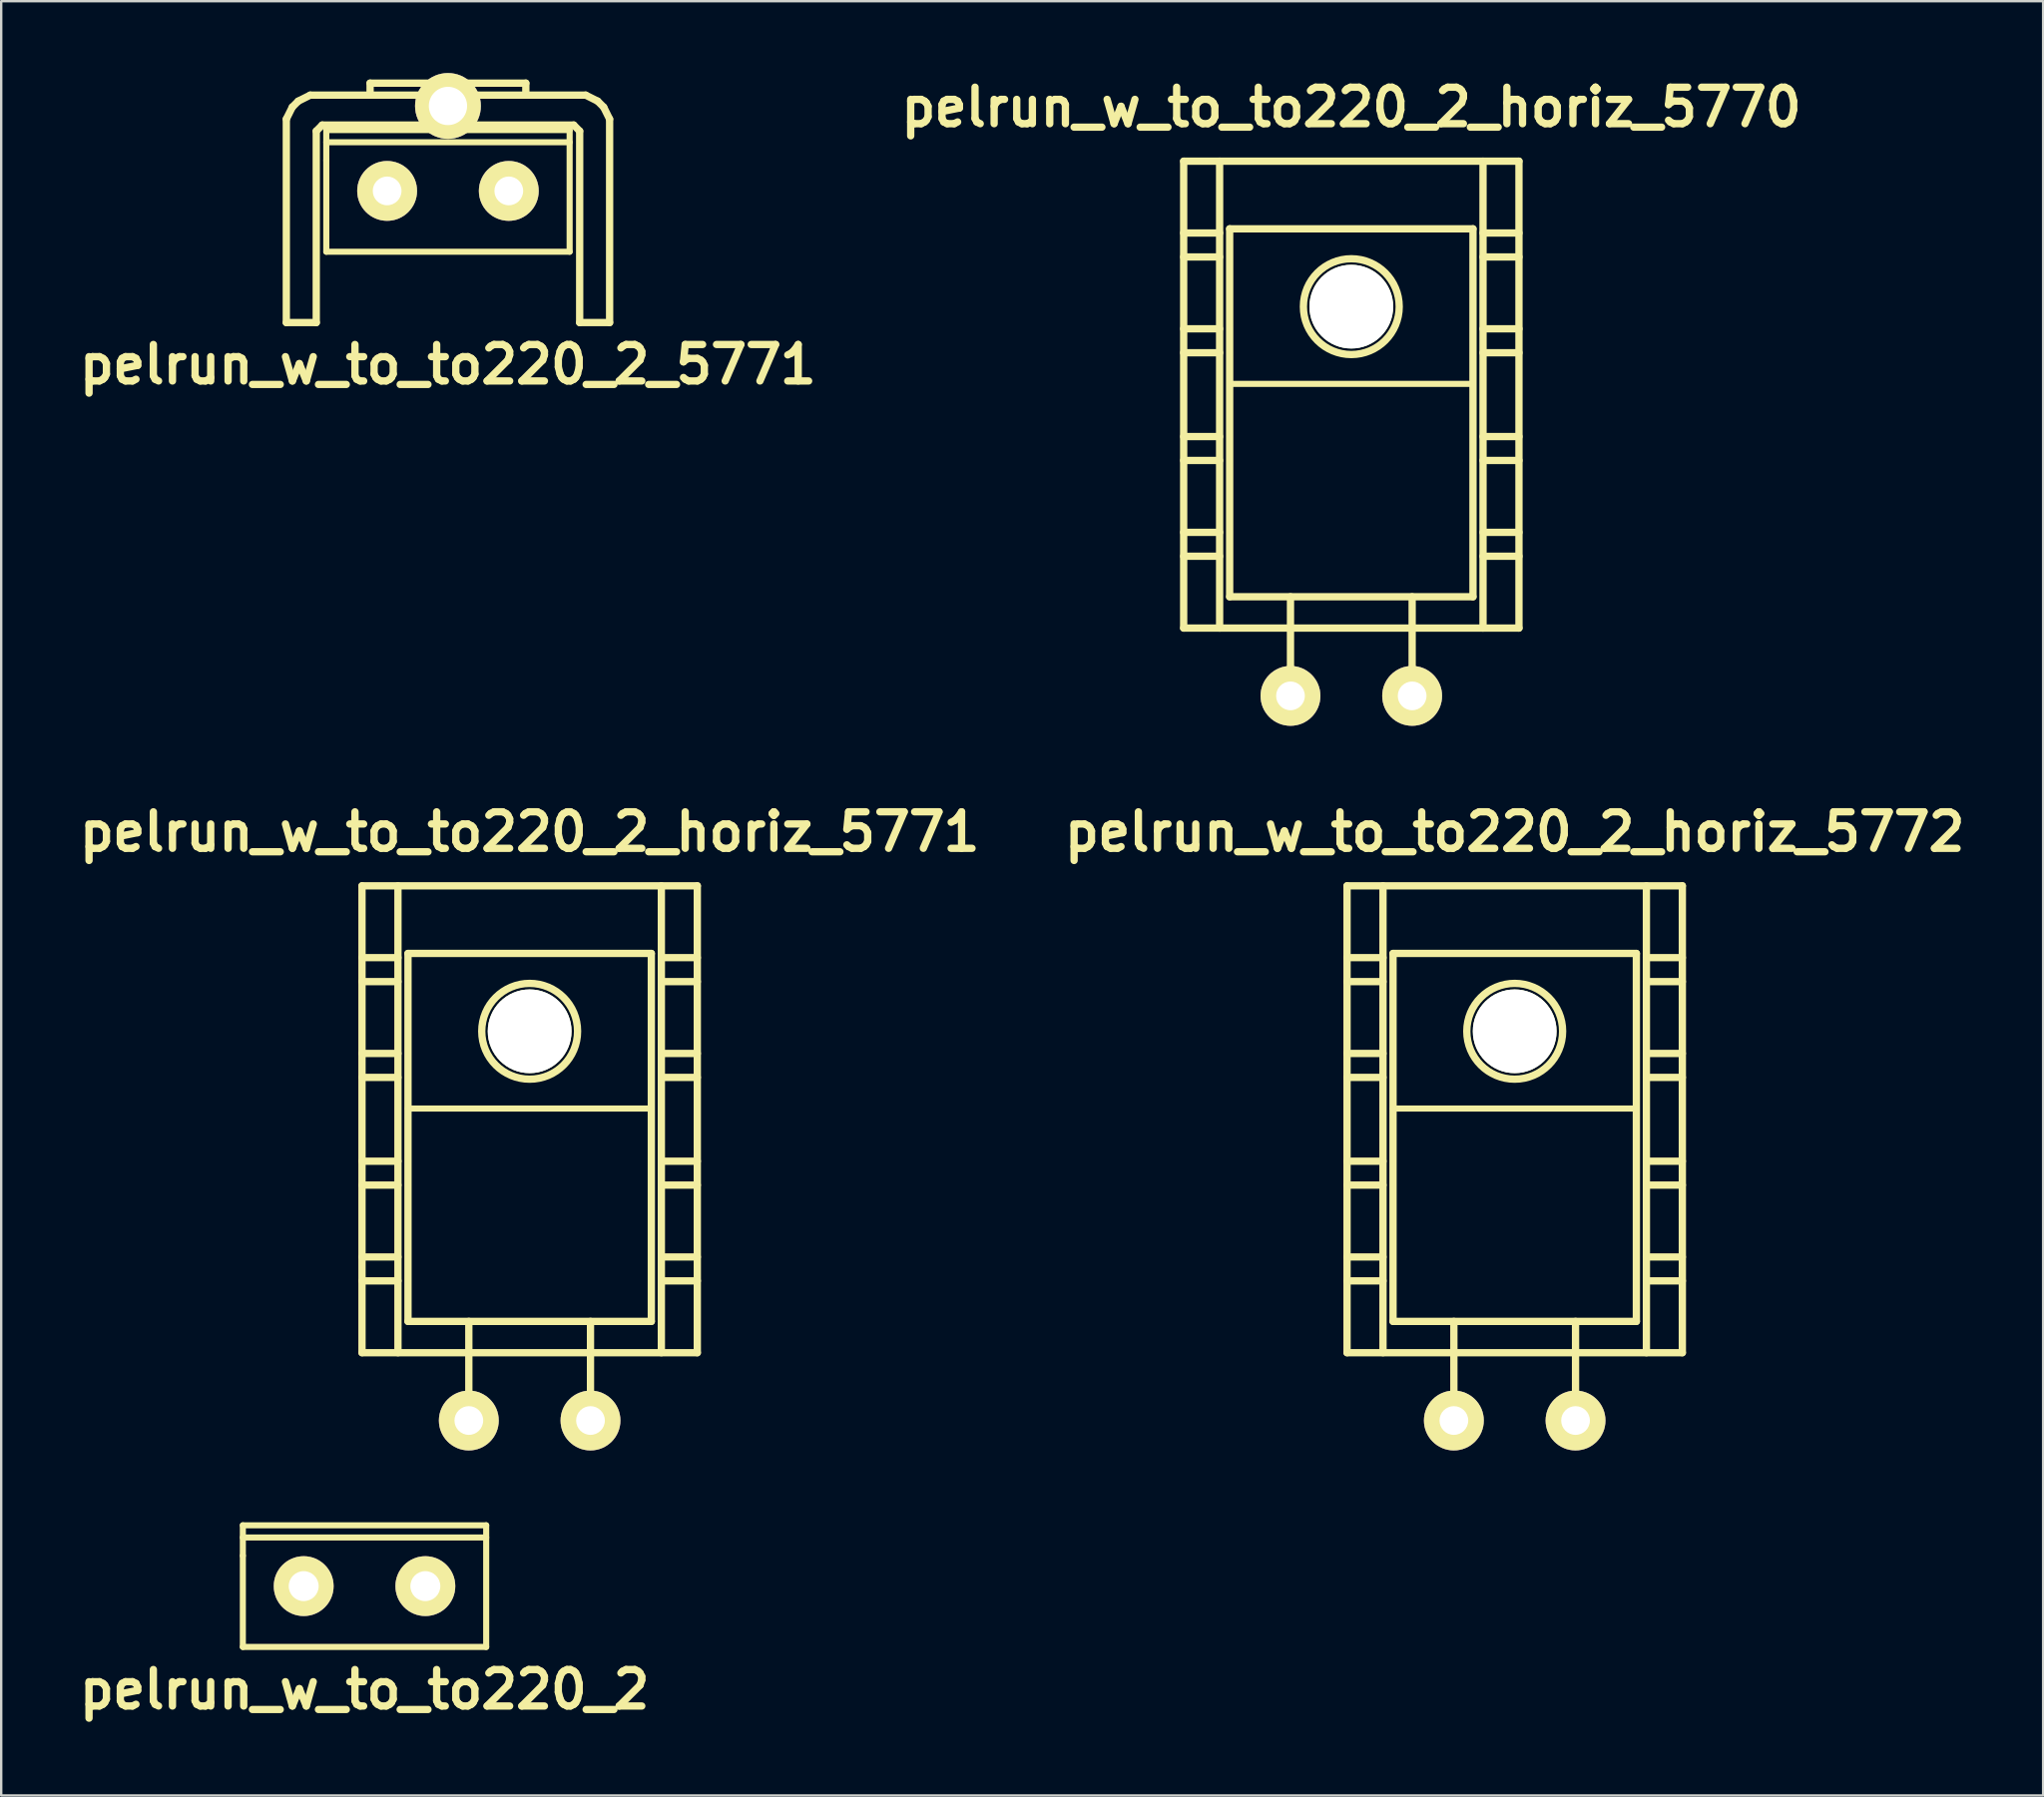
<source format=kicad_pcb>
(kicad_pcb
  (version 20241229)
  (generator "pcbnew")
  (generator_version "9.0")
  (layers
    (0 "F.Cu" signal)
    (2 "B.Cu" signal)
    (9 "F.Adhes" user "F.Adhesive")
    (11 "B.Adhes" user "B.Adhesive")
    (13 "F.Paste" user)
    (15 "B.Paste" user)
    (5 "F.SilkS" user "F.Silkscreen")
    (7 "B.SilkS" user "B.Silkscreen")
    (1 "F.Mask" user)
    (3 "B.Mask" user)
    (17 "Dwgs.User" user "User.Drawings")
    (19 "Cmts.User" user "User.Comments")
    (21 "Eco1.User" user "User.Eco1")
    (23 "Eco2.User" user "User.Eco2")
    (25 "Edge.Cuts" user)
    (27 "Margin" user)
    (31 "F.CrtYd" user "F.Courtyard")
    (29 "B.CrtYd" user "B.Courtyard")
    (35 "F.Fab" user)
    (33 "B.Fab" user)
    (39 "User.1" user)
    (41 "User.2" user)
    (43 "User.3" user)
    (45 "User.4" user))
  (footprint "pelrun_w_to_to220_2_horiz_5771"
    (layer "F.Cu")
    (at 19.065 47.946)
    (property "Reference" "pelrun_w_to_to220_2_horiz_5771" (at 0 -16.256 0) (layer "F.SilkS") (effects (font (size 1.524 1.524) (thickness 0.305))))
    (attr through_hole)
    (fp_line (start -7 -14) (end -7 5.499) (stroke (width 0.305) (type solid)) (layer "F.SilkS"))
    (fp_line (start -7 -11.001) (end -5.499 -11.001) (stroke (width 0.305) (type solid)) (layer "F.SilkS"))
    (fp_line (start -7 -10) (end -5.499 -10) (stroke (width 0.305) (type solid)) (layer "F.SilkS"))
    (fp_line (start -7 -7) (end -5.499 -7) (stroke (width 0.305) (type solid)) (layer "F.SilkS"))
    (fp_line (start -7 -5.999) (end -5.499 -5.999) (stroke (width 0.305) (type solid)) (layer "F.SilkS"))
    (fp_line (start -7 -2.499) (end -5.499 -2.499) (stroke (width 0.305) (type solid)) (layer "F.SilkS"))
    (fp_line (start -7 -1.501) (end -5.499 -1.501) (stroke (width 0.305) (type solid)) (layer "F.SilkS"))
    (fp_line (start -7 1.501) (end -5.499 1.501) (stroke (width 0.305) (type solid)) (layer "F.SilkS"))
    (fp_line (start -7 2.499) (end -5.499 2.499) (stroke (width 0.305) (type solid)) (layer "F.SilkS"))
    (fp_line (start -7 5.499) (end 7 5.499) (stroke (width 0.305) (type solid)) (layer "F.SilkS"))
    (fp_line (start -5.499 5.499) (end -5.499 -14) (stroke (width 0.305) (type solid)) (layer "F.SilkS"))
    (fp_line (start -5.08 -11.176) (end -5.08 4.191) (stroke (width 0.305) (type solid)) (layer "F.SilkS"))
    (fp_line (start -5.08 4.191) (end 5.08 4.191) (stroke (width 0.305) (type solid)) (layer "F.SilkS"))
    (fp_line (start -2.54 8.382) (end -2.54 4.191) (stroke (width 0.305) (type solid)) (layer "F.SilkS"))
    (fp_line (start 2.54 8.382) (end 2.54 4.191) (stroke (width 0.305) (type solid)) (layer "F.SilkS"))
    (fp_line (start 5.08 -11.176) (end -5.08 -11.176) (stroke (width 0.305) (type solid)) (layer "F.SilkS"))
    (fp_line (start 5.08 -4.699) (end -5.08 -4.699) (stroke (width 0.254) (type solid)) (layer "F.SilkS"))
    (fp_line (start 5.08 4.191) (end 5.08 -11.176) (stroke (width 0.305) (type solid)) (layer "F.SilkS"))
    (fp_line (start 5.499 -14) (end 5.499 5.499) (stroke (width 0.305) (type solid)) (layer "F.SilkS"))
    (fp_line (start 5.499 -11.001) (end 7 -11.001) (stroke (width 0.305) (type solid)) (layer "F.SilkS"))
    (fp_line (start 5.499 -10) (end 7 -10) (stroke (width 0.305) (type solid)) (layer "F.SilkS"))
    (fp_line (start 5.499 -7) (end 7 -7) (stroke (width 0.305) (type solid)) (layer "F.SilkS"))
    (fp_line (start 5.499 -5.999) (end 7 -5.999) (stroke (width 0.305) (type solid)) (layer "F.SilkS"))
    (fp_line (start 5.499 -2.499) (end 7 -2.499) (stroke (width 0.305) (type solid)) (layer "F.SilkS"))
    (fp_line (start 5.499 -1.501) (end 7 -1.501) (stroke (width 0.305) (type solid)) (layer "F.SilkS"))
    (fp_line (start 5.499 1.501) (end 7 1.501) (stroke (width 0.305) (type solid)) (layer "F.SilkS"))
    (fp_line (start 5.499 2.499) (end 7 2.499) (stroke (width 0.305) (type solid)) (layer "F.SilkS"))
    (fp_line (start 7 -14) (end -7 -14) (stroke (width 0.305) (type solid)) (layer "F.SilkS"))
    (fp_line (start 7 5.499) (end 7 -14) (stroke (width 0.305) (type solid)) (layer "F.SilkS"))
    (fp_circle (center 0 -7.925) (end -1.999 -8.001) (stroke (width 0.305) (type solid)) (fill no) (layer "F.SilkS"))
    (pad "" np_thru_hole circle (at 0 -7.925) (size 3.498 3.498) (drill 3.498) (layers "*.Cu" "*.Mask" "F.SilkS"))
    (pad "1" thru_hole circle (at 2.54 8.331) (size 2.499 2.499) (drill 1.199) (layers "*.Cu" "*.Mask" "F.SilkS"))
    (pad "2" thru_hole circle (at -2.54 8.331) (size 2.499 2.499) (drill 1.199) (layers "*.Cu" "*.Mask" "F.SilkS")))
  (footprint "pelrun_w_to_to220_2"
    (layer "F.Cu")
    (at 12.17 63.194)
    (property "Reference" "pelrun_w_to_to220_2" (at 0 4.318 0) (layer "F.SilkS") (effects (font (size 1.524 1.524) (thickness 0.305))))
    (attr through_hole)
    (fp_line (start -5.08 -2.54) (end -5.08 -1.27) (stroke (width 0.254) (type solid)) (layer "F.SilkS"))
    (fp_line (start -5.08 -2.032) (end 5.08 -2.032) (stroke (width 0.254) (type solid)) (layer "F.SilkS"))
    (fp_line (start -5.08 -1.27) (end -5.08 2.54) (stroke (width 0.254) (type solid)) (layer "F.SilkS"))
    (fp_line (start -5.08 2.54) (end 5.08 2.54) (stroke (width 0.254) (type solid)) (layer "F.SilkS"))
    (fp_line (start 5.08 -2.54) (end -5.08 -2.54) (stroke (width 0.254) (type solid)) (layer "F.SilkS"))
    (fp_line (start 5.08 2.54) (end 5.08 -2.54) (stroke (width 0.254) (type solid)) (layer "F.SilkS"))
    (pad "1" thru_hole circle (at 2.54 0) (size 2.499 2.499) (drill 1.25) (layers "*.Cu" "*.Mask" "F.SilkS"))
    (pad "2" thru_hole circle (at -2.54 0) (size 2.499 2.499) (drill 1.25) (layers "*.Cu" "*.Mask" "F.SilkS")))
  (footprint "pelrun_w_to_to220_2_horiz_5770"
    (layer "F.Cu")
    (at 53.372 17.682)
    (property "Reference" "pelrun_w_to_to220_2_horiz_5770" (at 0 -16.256 0) (layer "F.SilkS") (effects (font (size 1.524 1.524) (thickness 0.305))))
    (attr through_hole)
    (fp_line (start -7 -14) (end -7 5.499) (stroke (width 0.305) (type solid)) (layer "F.SilkS"))
    (fp_line (start -7 -11.001) (end -5.499 -11.001) (stroke (width 0.305) (type solid)) (layer "F.SilkS"))
    (fp_line (start -7 -10) (end -5.499 -10) (stroke (width 0.305) (type solid)) (layer "F.SilkS"))
    (fp_line (start -7 -7) (end -5.499 -7) (stroke (width 0.305) (type solid)) (layer "F.SilkS"))
    (fp_line (start -7 -5.999) (end -5.499 -5.999) (stroke (width 0.305) (type solid)) (layer "F.SilkS"))
    (fp_line (start -7 -2.499) (end -5.499 -2.499) (stroke (width 0.305) (type solid)) (layer "F.SilkS"))
    (fp_line (start -7 -1.501) (end -5.499 -1.501) (stroke (width 0.305) (type solid)) (layer "F.SilkS"))
    (fp_line (start -7 1.501) (end -5.499 1.501) (stroke (width 0.305) (type solid)) (layer "F.SilkS"))
    (fp_line (start -7 2.499) (end -5.499 2.499) (stroke (width 0.305) (type solid)) (layer "F.SilkS"))
    (fp_line (start -7 5.499) (end 7 5.499) (stroke (width 0.305) (type solid)) (layer "F.SilkS"))
    (fp_line (start -5.499 5.499) (end -5.499 -14) (stroke (width 0.305) (type solid)) (layer "F.SilkS"))
    (fp_line (start -5.08 -11.176) (end -5.08 4.191) (stroke (width 0.305) (type solid)) (layer "F.SilkS"))
    (fp_line (start -5.08 4.191) (end 5.08 4.191) (stroke (width 0.305) (type solid)) (layer "F.SilkS"))
    (fp_line (start -2.54 8.382) (end -2.54 4.191) (stroke (width 0.305) (type solid)) (layer "F.SilkS"))
    (fp_line (start 2.54 8.382) (end 2.54 4.191) (stroke (width 0.305) (type solid)) (layer "F.SilkS"))
    (fp_line (start 5.08 -11.176) (end -5.08 -11.176) (stroke (width 0.305) (type solid)) (layer "F.SilkS"))
    (fp_line (start 5.08 -4.699) (end -5.08 -4.699) (stroke (width 0.254) (type solid)) (layer "F.SilkS"))
    (fp_line (start 5.08 4.191) (end 5.08 -11.176) (stroke (width 0.305) (type solid)) (layer "F.SilkS"))
    (fp_line (start 5.499 -14) (end 5.499 5.499) (stroke (width 0.305) (type solid)) (layer "F.SilkS"))
    (fp_line (start 5.499 -11.001) (end 7 -11.001) (stroke (width 0.305) (type solid)) (layer "F.SilkS"))
    (fp_line (start 5.499 -10) (end 7 -10) (stroke (width 0.305) (type solid)) (layer "F.SilkS"))
    (fp_line (start 5.499 -7) (end 7 -7) (stroke (width 0.305) (type solid)) (layer "F.SilkS"))
    (fp_line (start 5.499 -5.999) (end 7 -5.999) (stroke (width 0.305) (type solid)) (layer "F.SilkS"))
    (fp_line (start 5.499 -2.499) (end 7 -2.499) (stroke (width 0.305) (type solid)) (layer "F.SilkS"))
    (fp_line (start 5.499 -1.501) (end 7 -1.501) (stroke (width 0.305) (type solid)) (layer "F.SilkS"))
    (fp_line (start 5.499 1.501) (end 7 1.501) (stroke (width 0.305) (type solid)) (layer "F.SilkS"))
    (fp_line (start 5.499 2.499) (end 7 2.499) (stroke (width 0.305) (type solid)) (layer "F.SilkS"))
    (fp_line (start 7 -14) (end -7 -14) (stroke (width 0.305) (type solid)) (layer "F.SilkS"))
    (fp_line (start 7 5.499) (end 7 -14) (stroke (width 0.305) (type solid)) (layer "F.SilkS"))
    (fp_circle (center 0 -7.925) (end -1.999 -8.001) (stroke (width 0.305) (type solid)) (fill no) (layer "F.SilkS"))
    (pad "" np_thru_hole circle (at 0 -7.925) (size 3.498 3.498) (drill 3.498) (layers "*.Cu" "*.Mask" "F.SilkS"))
    (pad "1" thru_hole circle (at 2.54 8.331) (size 2.499 2.499) (drill 1.199) (layers "*.Cu" "*.Mask" "F.SilkS"))
    (pad "2" thru_hole circle (at -2.54 8.331) (size 2.499 2.499) (drill 1.199) (layers "*.Cu" "*.Mask" "F.SilkS")))
  (footprint "pelrun_w_to_to220_2_5771"
    (layer "F.Cu")
    (at 15.654 4.923)
    (property "Reference" "pelrun_w_to_to220_2_5771" (at 0 7.249 0) (layer "F.SilkS") (effects (font (size 1.524 1.524) (thickness 0.305))))
    (attr through_hole)
    (fp_line (start -6.749 -3) (end -6.749 5.499) (stroke (width 0.305) (type solid)) (layer "F.SilkS"))
    (fp_line (start -6.749 -3) (end -6.5 -3.5) (stroke (width 0.305) (type solid)) (layer "F.SilkS"))
    (fp_line (start -6.5 -3.5) (end -6.251 -3.749) (stroke (width 0.305) (type solid)) (layer "F.SilkS"))
    (fp_line (start -6.251 -3.749) (end -5.751 -4) (stroke (width 0.305) (type solid)) (layer "F.SilkS"))
    (fp_line (start -5.499 -2.499) (end -5.25 -2.751) (stroke (width 0.305) (type solid)) (layer "F.SilkS"))
    (fp_line (start -5.499 5.499) (end -6.749 5.499) (stroke (width 0.305) (type solid)) (layer "F.SilkS"))
    (fp_line (start -5.499 5.499) (end -5.499 -2.499) (stroke (width 0.305) (type solid)) (layer "F.SilkS"))
    (fp_line (start -5.25 -2.751) (end 5.25 -2.751) (stroke (width 0.305) (type solid)) (layer "F.SilkS"))
    (fp_line (start -5.08 -2.54) (end -5.08 -1.27) (stroke (width 0.254) (type solid)) (layer "F.SilkS"))
    (fp_line (start -5.08 -2.032) (end 5.08 -2.032) (stroke (width 0.254) (type solid)) (layer "F.SilkS"))
    (fp_line (start -5.08 -1.27) (end -5.08 2.54) (stroke (width 0.254) (type solid)) (layer "F.SilkS"))
    (fp_line (start -5.08 2.54) (end 5.08 2.54) (stroke (width 0.254) (type solid)) (layer "F.SilkS"))
    (fp_line (start -3.251 -4.501) (end 3.251 -4.501) (stroke (width 0.305) (type solid)) (layer "F.SilkS"))
    (fp_line (start -3.251 -4) (end -3.251 -4.501) (stroke (width 0.305) (type solid)) (layer "F.SilkS"))
    (fp_line (start 3.251 -4.501) (end 3.251 -4) (stroke (width 0.305) (type solid)) (layer "F.SilkS"))
    (fp_line (start 5.08 -2.54) (end -5.08 -2.54) (stroke (width 0.254) (type solid)) (layer "F.SilkS"))
    (fp_line (start 5.08 2.54) (end 5.08 -2.54) (stroke (width 0.254) (type solid)) (layer "F.SilkS"))
    (fp_line (start 5.25 -2.751) (end 5.499 -2.499) (stroke (width 0.305) (type solid)) (layer "F.SilkS"))
    (fp_line (start 5.499 5.499) (end 5.499 -2.499) (stroke (width 0.305) (type solid)) (layer "F.SilkS"))
    (fp_line (start 5.751 -4) (end -5.751 -4) (stroke (width 0.305) (type solid)) (layer "F.SilkS"))
    (fp_line (start 5.751 -4) (end 6.251 -3.749) (stroke (width 0.305) (type solid)) (layer "F.SilkS"))
    (fp_line (start 6.251 -3.749) (end 6.5 -3.5) (stroke (width 0.305) (type solid)) (layer "F.SilkS"))
    (fp_line (start 6.5 -3.5) (end 6.749 -3) (stroke (width 0.305) (type solid)) (layer "F.SilkS"))
    (fp_line (start 6.749 -3) (end 6.749 5.499) (stroke (width 0.305) (type solid)) (layer "F.SilkS"))
    (fp_line (start 6.749 5.499) (end 5.499 5.499) (stroke (width 0.305) (type solid)) (layer "F.SilkS"))
    (pad "" thru_hole circle (at 0 -3.548) (size 2.748 2.748) (drill 1.598) (layers "*.Cu" "*.Mask" "F.SilkS"))
    (pad "1" thru_hole circle (at 2.54 0) (size 2.499 2.499) (drill 1.199) (layers "*.Cu" "*.Mask" "F.SilkS"))
    (pad "2" thru_hole circle (at -2.54 0) (size 2.499 2.499) (drill 1.199) (layers "*.Cu" "*.Mask" "F.SilkS")))
  (footprint "pelrun_w_to_to220_2_horiz_5772"
    (layer "F.Cu")
    (at 60.194 47.946)
    (property "Reference" "pelrun_w_to_to220_2_horiz_5772" (at 0 -16.256 0) (layer "F.SilkS") (effects (font (size 1.524 1.524) (thickness 0.305))))
    (attr through_hole)
    (fp_line (start -7 -14) (end -7 5.499) (stroke (width 0.305) (type solid)) (layer "F.SilkS"))
    (fp_line (start -7 -11.001) (end -5.499 -11.001) (stroke (width 0.305) (type solid)) (layer "F.SilkS"))
    (fp_line (start -7 -10) (end -5.499 -10) (stroke (width 0.305) (type solid)) (layer "F.SilkS"))
    (fp_line (start -7 -7) (end -5.499 -7) (stroke (width 0.305) (type solid)) (layer "F.SilkS"))
    (fp_line (start -7 -5.999) (end -5.499 -5.999) (stroke (width 0.305) (type solid)) (layer "F.SilkS"))
    (fp_line (start -7 -2.499) (end -5.499 -2.499) (stroke (width 0.305) (type solid)) (layer "F.SilkS"))
    (fp_line (start -7 -1.501) (end -5.499 -1.501) (stroke (width 0.305) (type solid)) (layer "F.SilkS"))
    (fp_line (start -7 1.501) (end -5.499 1.501) (stroke (width 0.305) (type solid)) (layer "F.SilkS"))
    (fp_line (start -7 2.499) (end -5.499 2.499) (stroke (width 0.305) (type solid)) (layer "F.SilkS"))
    (fp_line (start -7 5.499) (end 7 5.499) (stroke (width 0.305) (type solid)) (layer "F.SilkS"))
    (fp_line (start -5.499 5.499) (end -5.499 -14) (stroke (width 0.305) (type solid)) (layer "F.SilkS"))
    (fp_line (start -5.08 -11.176) (end -5.08 4.191) (stroke (width 0.305) (type solid)) (layer "F.SilkS"))
    (fp_line (start -5.08 4.191) (end 5.08 4.191) (stroke (width 0.305) (type solid)) (layer "F.SilkS"))
    (fp_line (start -2.54 8.382) (end -2.54 4.191) (stroke (width 0.305) (type solid)) (layer "F.SilkS"))
    (fp_line (start 2.54 8.382) (end 2.54 4.191) (stroke (width 0.305) (type solid)) (layer "F.SilkS"))
    (fp_line (start 5.08 -11.176) (end -5.08 -11.176) (stroke (width 0.305) (type solid)) (layer "F.SilkS"))
    (fp_line (start 5.08 -4.699) (end -5.08 -4.699) (stroke (width 0.254) (type solid)) (layer "F.SilkS"))
    (fp_line (start 5.08 4.191) (end 5.08 -11.176) (stroke (width 0.305) (type solid)) (layer "F.SilkS"))
    (fp_line (start 5.499 -14) (end 5.499 5.499) (stroke (width 0.305) (type solid)) (layer "F.SilkS"))
    (fp_line (start 5.499 -11.001) (end 7 -11.001) (stroke (width 0.305) (type solid)) (layer "F.SilkS"))
    (fp_line (start 5.499 -10) (end 7 -10) (stroke (width 0.305) (type solid)) (layer "F.SilkS"))
    (fp_line (start 5.499 -7) (end 7 -7) (stroke (width 0.305) (type solid)) (layer "F.SilkS"))
    (fp_line (start 5.499 -5.999) (end 7 -5.999) (stroke (width 0.305) (type solid)) (layer "F.SilkS"))
    (fp_line (start 5.499 -2.499) (end 7 -2.499) (stroke (width 0.305) (type solid)) (layer "F.SilkS"))
    (fp_line (start 5.499 -1.501) (end 7 -1.501) (stroke (width 0.305) (type solid)) (layer "F.SilkS"))
    (fp_line (start 5.499 1.501) (end 7 1.501) (stroke (width 0.305) (type solid)) (layer "F.SilkS"))
    (fp_line (start 5.499 2.499) (end 7 2.499) (stroke (width 0.305) (type solid)) (layer "F.SilkS"))
    (fp_line (start 7 -14) (end -7 -14) (stroke (width 0.305) (type solid)) (layer "F.SilkS"))
    (fp_line (start 7 5.499) (end 7 -14) (stroke (width 0.305) (type solid)) (layer "F.SilkS"))
    (fp_circle (center 0 -7.925) (end -1.999 -8.001) (stroke (width 0.305) (type solid)) (fill no) (layer "F.SilkS"))
    (pad "" np_thru_hole circle (at 0 -7.925) (size 3.498 3.498) (drill 3.498) (layers "*.Cu" "*.Mask" "F.SilkS"))
    (pad "1" thru_hole circle (at 2.54 8.331) (size 2.499 2.499) (drill 1.199) (layers "*.Cu" "*.Mask" "F.SilkS"))
    (pad "2" thru_hole circle (at -2.54 8.331) (size 2.499 2.499) (drill 1.199) (layers "*.Cu" "*.Mask" "F.SilkS")))
  (gr_rect
    (start -3 -3)
    (end 82.258 71.938)
    (stroke (width 0.1) (type default))
    (fill no)
    (layer "Edge.Cuts")))
</source>
